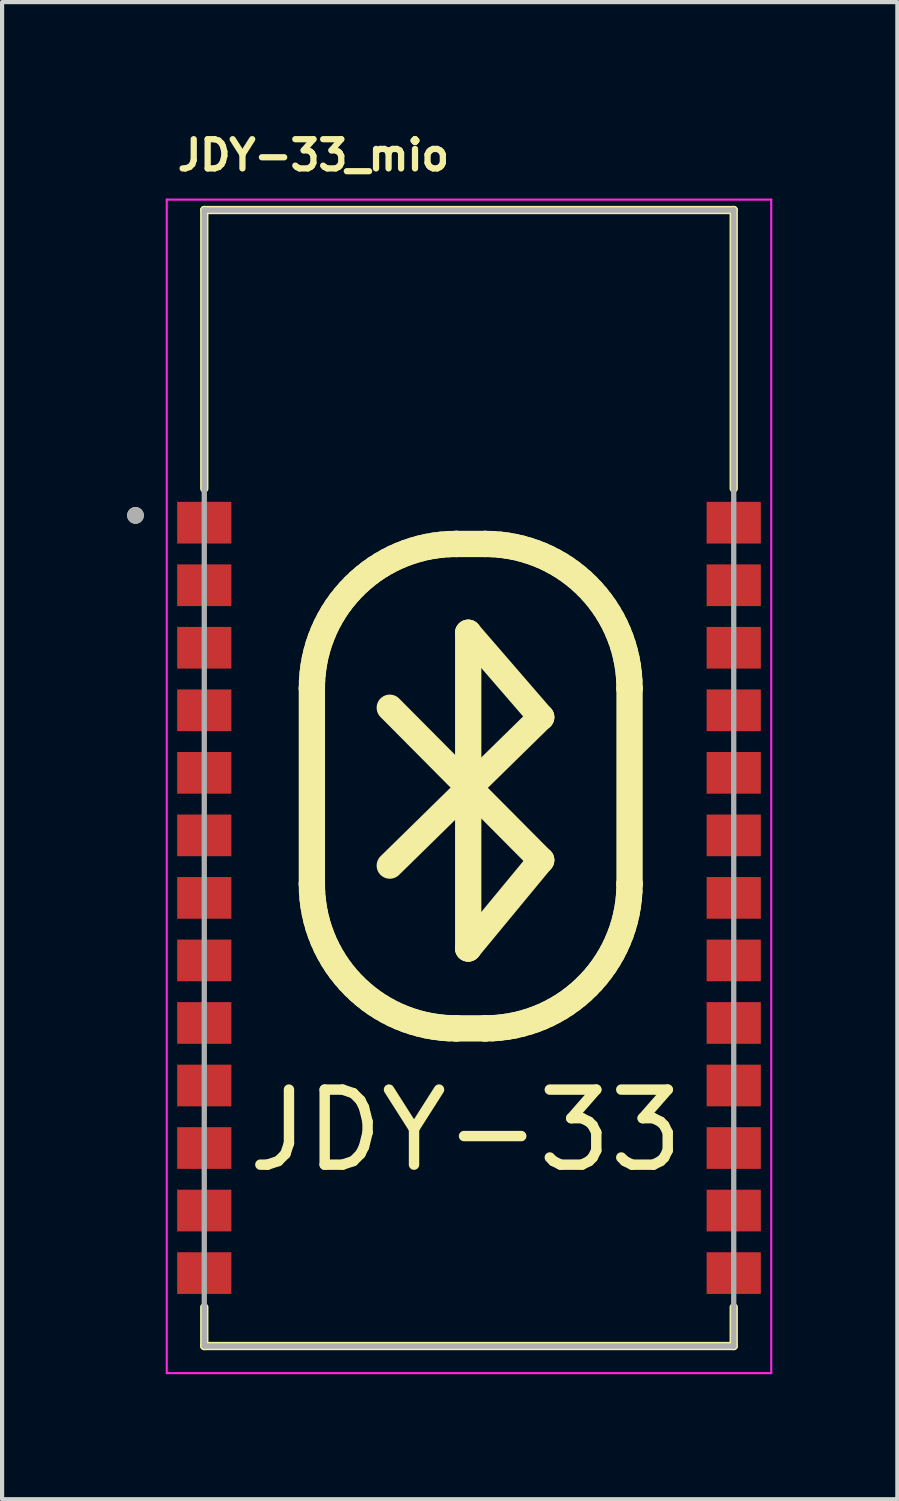
<source format=kicad_pcb>
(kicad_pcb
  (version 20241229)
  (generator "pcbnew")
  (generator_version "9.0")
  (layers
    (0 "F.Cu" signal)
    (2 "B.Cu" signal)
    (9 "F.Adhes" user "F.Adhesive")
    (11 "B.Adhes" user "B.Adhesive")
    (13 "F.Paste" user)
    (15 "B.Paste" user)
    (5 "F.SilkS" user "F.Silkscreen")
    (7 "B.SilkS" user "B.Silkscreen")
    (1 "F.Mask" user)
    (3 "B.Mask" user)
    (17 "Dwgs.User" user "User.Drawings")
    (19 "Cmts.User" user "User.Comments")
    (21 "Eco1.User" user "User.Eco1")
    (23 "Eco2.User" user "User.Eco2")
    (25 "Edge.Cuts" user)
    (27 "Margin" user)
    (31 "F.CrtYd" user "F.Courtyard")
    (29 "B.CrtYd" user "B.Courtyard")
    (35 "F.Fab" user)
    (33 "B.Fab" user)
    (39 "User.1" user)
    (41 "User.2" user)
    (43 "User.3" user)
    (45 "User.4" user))
  (footprint "JDY-33_mio"
    (layer "F.Cu")
    (at 8.2 15.813)
    (property "Reference" "JDY-33_mio" (at -3.732 -15.14 0) (layer "F.SilkS") (effects (font (size 0.701 0.701) (thickness 0.15))))
    (attr through_hole)
    (fp_rect (start -6.1 -13.6) (end 6.1 -6.9) (stroke (width 0.12) (type solid)) (fill yes) (layer "F.Mask"))
    (fp_poly (pts (xy 6.1 -13.6) (xy 6.1 -6.9) (xy -6.1 -6.9) (xy -6.1 -13.6)) (stroke (width 0.12) (type solid)) (fill yes) (layer "B.Mask"))
    (fp_line (start -6.35 -13.825) (end 6.35 -13.825) (stroke (width 0.2) (type solid)) (layer "F.SilkS"))
    (fp_line (start -6.35 -7.145) (end -6.35 -13.825) (stroke (width 0.2) (type solid)) (layer "F.SilkS"))
    (fp_line (start -6.35 12.495) (end -6.35 13.425) (stroke (width 0.2) (type solid)) (layer "F.SilkS"))
    (fp_line (start -6.35 13.425) (end 6.35 13.425) (stroke (width 0.2) (type solid)) (layer "F.SilkS"))
    (fp_line (start -3.769 -2.351) (end -3.769 -2.351) (stroke (width 0.631) (type solid)) (layer "F.SilkS"))
    (fp_line (start -3.769 -2.351) (end -3.765 -2.529) (stroke (width 0.631) (type solid)) (layer "F.SilkS"))
    (fp_line (start -3.769 2.341) (end -3.769 -2.351) (stroke (width 0.631) (type solid)) (layer "F.SilkS"))
    (fp_line (start -3.769 2.341) (end -3.769 2.341) (stroke (width 0.631) (type solid)) (layer "F.SilkS"))
    (fp_line (start -3.765 -2.529) (end -3.751 -2.705) (stroke (width 0.631) (type solid)) (layer "F.SilkS"))
    (fp_line (start -3.765 2.519) (end -3.769 2.341) (stroke (width 0.631) (type solid)) (layer "F.SilkS"))
    (fp_line (start -3.751 -2.705) (end -3.729 -2.878) (stroke (width 0.631) (type solid)) (layer "F.SilkS"))
    (fp_line (start -3.751 2.695) (end -3.765 2.519) (stroke (width 0.631) (type solid)) (layer "F.SilkS"))
    (fp_line (start -3.729 -2.878) (end -3.699 -3.049) (stroke (width 0.631) (type solid)) (layer "F.SilkS"))
    (fp_line (start -3.729 2.868) (end -3.751 2.695) (stroke (width 0.631) (type solid)) (layer "F.SilkS"))
    (fp_line (start -3.699 -3.049) (end -3.66 -3.216) (stroke (width 0.631) (type solid)) (layer "F.SilkS"))
    (fp_line (start -3.699 3.039) (end -3.729 2.868) (stroke (width 0.631) (type solid)) (layer "F.SilkS"))
    (fp_line (start -3.66 -3.216) (end -3.614 -3.381) (stroke (width 0.631) (type solid)) (layer "F.SilkS"))
    (fp_line (start -3.66 3.206) (end -3.699 3.039) (stroke (width 0.631) (type solid)) (layer "F.SilkS"))
    (fp_line (start -3.614 -3.381) (end -3.559 -3.542) (stroke (width 0.631) (type solid)) (layer "F.SilkS"))
    (fp_line (start -3.614 3.371) (end -3.66 3.206) (stroke (width 0.631) (type solid)) (layer "F.SilkS"))
    (fp_line (start -3.559 -3.542) (end -3.497 -3.699) (stroke (width 0.631) (type solid)) (layer "F.SilkS"))
    (fp_line (start -3.559 3.532) (end -3.614 3.371) (stroke (width 0.631) (type solid)) (layer "F.SilkS"))
    (fp_line (start -3.497 -3.699) (end -3.428 -3.853) (stroke (width 0.631) (type solid)) (layer "F.SilkS"))
    (fp_line (start -3.497 3.689) (end -3.559 3.532) (stroke (width 0.631) (type solid)) (layer "F.SilkS"))
    (fp_line (start -3.428 -3.853) (end -3.351 -4.002) (stroke (width 0.631) (type solid)) (layer "F.SilkS"))
    (fp_line (start -3.428 3.843) (end -3.497 3.689) (stroke (width 0.631) (type solid)) (layer "F.SilkS"))
    (fp_line (start -3.351 -4.002) (end -3.268 -4.147) (stroke (width 0.631) (type solid)) (layer "F.SilkS"))
    (fp_line (start -3.351 3.992) (end -3.428 3.843) (stroke (width 0.631) (type solid)) (layer "F.SilkS"))
    (fp_line (start -3.268 -4.147) (end -3.178 -4.288) (stroke (width 0.631) (type solid)) (layer "F.SilkS"))
    (fp_line (start -3.268 4.137) (end -3.351 3.992) (stroke (width 0.631) (type solid)) (layer "F.SilkS"))
    (fp_line (start -3.178 -4.288) (end -3.081 -4.424) (stroke (width 0.631) (type solid)) (layer "F.SilkS"))
    (fp_line (start -3.178 4.278) (end -3.268 4.137) (stroke (width 0.631) (type solid)) (layer "F.SilkS"))
    (fp_line (start -3.081 -4.424) (end -2.978 -4.554) (stroke (width 0.631) (type solid)) (layer "F.SilkS"))
    (fp_line (start -3.081 4.414) (end -3.178 4.278) (stroke (width 0.631) (type solid)) (layer "F.SilkS"))
    (fp_line (start -2.978 -4.554) (end -2.869 -4.68) (stroke (width 0.631) (type solid)) (layer "F.SilkS"))
    (fp_line (start -2.978 4.544) (end -3.081 4.414) (stroke (width 0.631) (type solid)) (layer "F.SilkS"))
    (fp_line (start -2.869 -4.68) (end -2.754 -4.8) (stroke (width 0.631) (type solid)) (layer "F.SilkS"))
    (fp_line (start -2.869 4.67) (end -2.978 4.544) (stroke (width 0.631) (type solid)) (layer "F.SilkS"))
    (fp_line (start -2.754 -4.8) (end -2.634 -4.915) (stroke (width 0.631) (type solid)) (layer "F.SilkS"))
    (fp_line (start -2.754 4.79) (end -2.869 4.67) (stroke (width 0.631) (type solid)) (layer "F.SilkS"))
    (fp_line (start -2.634 -4.915) (end -2.508 -5.024) (stroke (width 0.631) (type solid)) (layer "F.SilkS"))
    (fp_line (start -2.634 4.905) (end -2.754 4.79) (stroke (width 0.631) (type solid)) (layer "F.SilkS"))
    (fp_line (start -2.508 -5.024) (end -2.378 -5.127) (stroke (width 0.631) (type solid)) (layer "F.SilkS"))
    (fp_line (start -2.508 5.014) (end -2.634 4.905) (stroke (width 0.631) (type solid)) (layer "F.SilkS"))
    (fp_line (start -2.378 -5.127) (end -2.242 -5.224) (stroke (width 0.631) (type solid)) (layer "F.SilkS"))
    (fp_line (start -2.378 5.117) (end -2.508 5.014) (stroke (width 0.631) (type solid)) (layer "F.SilkS"))
    (fp_line (start -2.242 -5.224) (end -2.101 -5.314) (stroke (width 0.631) (type solid)) (layer "F.SilkS"))
    (fp_line (start -2.242 5.214) (end -2.378 5.117) (stroke (width 0.631) (type solid)) (layer "F.SilkS"))
    (fp_line (start -2.101 -5.314) (end -1.956 -5.397) (stroke (width 0.631) (type solid)) (layer "F.SilkS"))
    (fp_line (start -2.101 5.304) (end -2.242 5.214) (stroke (width 0.631) (type solid)) (layer "F.SilkS"))
    (fp_line (start -1.956 -5.397) (end -1.807 -5.474) (stroke (width 0.631) (type solid)) (layer "F.SilkS"))
    (fp_line (start -1.956 5.387) (end -2.101 5.304) (stroke (width 0.631) (type solid)) (layer "F.SilkS"))
    (fp_line (start -1.9 -1.886) (end 1.731 1.769) (stroke (width 0.631) (type solid)) (layer "F.SilkS"))
    (fp_line (start -1.807 -5.474) (end -1.653 -5.543) (stroke (width 0.631) (type solid)) (layer "F.SilkS"))
    (fp_line (start -1.807 5.464) (end -1.956 5.387) (stroke (width 0.631) (type solid)) (layer "F.SilkS"))
    (fp_line (start -1.653 -5.543) (end -1.496 -5.605) (stroke (width 0.631) (type solid)) (layer "F.SilkS"))
    (fp_line (start -1.653 5.533) (end -1.807 5.464) (stroke (width 0.631) (type solid)) (layer "F.SilkS"))
    (fp_line (start -1.496 -5.605) (end -1.335 -5.659) (stroke (width 0.631) (type solid)) (layer "F.SilkS"))
    (fp_line (start -1.496 5.595) (end -1.653 5.533) (stroke (width 0.631) (type solid)) (layer "F.SilkS"))
    (fp_line (start -1.335 -5.659) (end -1.17 -5.706) (stroke (width 0.631) (type solid)) (layer "F.SilkS"))
    (fp_line (start -1.335 5.649) (end -1.496 5.595) (stroke (width 0.631) (type solid)) (layer "F.SilkS"))
    (fp_line (start -1.17 -5.706) (end -1.003 -5.745) (stroke (width 0.631) (type solid)) (layer "F.SilkS"))
    (fp_line (start -1.17 5.696) (end -1.335 5.649) (stroke (width 0.631) (type solid)) (layer "F.SilkS"))
    (fp_line (start -1.003 -5.745) (end -0.832 -5.775) (stroke (width 0.631) (type solid)) (layer "F.SilkS"))
    (fp_line (start -1.003 5.735) (end -1.17 5.696) (stroke (width 0.631) (type solid)) (layer "F.SilkS"))
    (fp_line (start -0.832 -5.775) (end -0.659 -5.797) (stroke (width 0.631) (type solid)) (layer "F.SilkS"))
    (fp_line (start -0.832 5.765) (end -1.003 5.735) (stroke (width 0.631) (type solid)) (layer "F.SilkS"))
    (fp_line (start -0.659 -5.797) (end -0.483 -5.811) (stroke (width 0.631) (type solid)) (layer "F.SilkS"))
    (fp_line (start -0.659 5.787) (end -0.832 5.765) (stroke (width 0.631) (type solid)) (layer "F.SilkS"))
    (fp_line (start -0.483 -5.811) (end -0.305 -5.815) (stroke (width 0.631) (type solid)) (layer "F.SilkS"))
    (fp_line (start -0.483 5.801) (end -0.659 5.787) (stroke (width 0.631) (type solid)) (layer "F.SilkS"))
    (fp_line (start -0.305 -5.815) (end -0.305 -5.815) (stroke (width 0.631) (type solid)) (layer "F.SilkS"))
    (fp_line (start -0.305 -5.815) (end -0.305 -5.815) (stroke (width 0.631) (type solid)) (layer "F.SilkS"))
    (fp_line (start -0.305 -5.815) (end 0.386 -5.815) (stroke (width 0.631) (type solid)) (layer "F.SilkS"))
    (fp_line (start -0.305 5.805) (end -0.483 5.801) (stroke (width 0.631) (type solid)) (layer "F.SilkS"))
    (fp_line (start -0.305 5.805) (end -0.305 5.805) (stroke (width 0.631) (type solid)) (layer "F.SilkS"))
    (fp_line (start -0.019 -3.684) (end -0.019 -3.684) (stroke (width 0.631) (type solid)) (layer "F.SilkS"))
    (fp_line (start -0.019 -3.684) (end 1.731 -1.66) (stroke (width 0.631) (type solid)) (layer "F.SilkS"))
    (fp_line (start -0.019 3.888) (end -0.019 -3.684) (stroke (width 0.631) (type solid)) (layer "F.SilkS"))
    (fp_line (start -0.019 3.888) (end -0.019 3.888) (stroke (width 0.631) (type solid)) (layer "F.SilkS"))
    (fp_line (start 0.386 -5.815) (end 0.386 -5.815) (stroke (width 0.631) (type solid)) (layer "F.SilkS"))
    (fp_line (start 0.386 -5.815) (end 0.564 -5.811) (stroke (width 0.631) (type solid)) (layer "F.SilkS"))
    (fp_line (start 0.386 5.805) (end -0.305 5.805) (stroke (width 0.631) (type solid)) (layer "F.SilkS"))
    (fp_line (start 0.386 5.805) (end 0.386 5.805) (stroke (width 0.631) (type solid)) (layer "F.SilkS"))
    (fp_line (start 0.564 -5.811) (end 0.74 -5.797) (stroke (width 0.631) (type solid)) (layer "F.SilkS"))
    (fp_line (start 0.564 5.801) (end 0.386 5.805) (stroke (width 0.631) (type solid)) (layer "F.SilkS"))
    (fp_line (start 0.74 -5.797) (end 0.914 -5.775) (stroke (width 0.631) (type solid)) (layer "F.SilkS"))
    (fp_line (start 0.74 5.787) (end 0.564 5.801) (stroke (width 0.631) (type solid)) (layer "F.SilkS"))
    (fp_line (start 0.914 -5.775) (end 1.084 -5.745) (stroke (width 0.631) (type solid)) (layer "F.SilkS"))
    (fp_line (start 0.914 5.765) (end 0.74 5.787) (stroke (width 0.631) (type solid)) (layer "F.SilkS"))
    (fp_line (start 1.084 -5.745) (end 1.252 -5.706) (stroke (width 0.631) (type solid)) (layer "F.SilkS"))
    (fp_line (start 1.084 5.735) (end 0.914 5.765) (stroke (width 0.631) (type solid)) (layer "F.SilkS"))
    (fp_line (start 1.252 -5.706) (end 1.416 -5.659) (stroke (width 0.631) (type solid)) (layer "F.SilkS"))
    (fp_line (start 1.252 5.696) (end 1.084 5.735) (stroke (width 0.631) (type solid)) (layer "F.SilkS"))
    (fp_line (start 1.416 -5.659) (end 1.577 -5.605) (stroke (width 0.631) (type solid)) (layer "F.SilkS"))
    (fp_line (start 1.416 5.649) (end 1.252 5.696) (stroke (width 0.631) (type solid)) (layer "F.SilkS"))
    (fp_line (start 1.577 -5.605) (end 1.735 -5.543) (stroke (width 0.631) (type solid)) (layer "F.SilkS"))
    (fp_line (start 1.577 5.595) (end 1.416 5.649) (stroke (width 0.631) (type solid)) (layer "F.SilkS"))
    (fp_line (start 1.731 -1.66) (end -1.9 1.9) (stroke (width 0.631) (type solid)) (layer "F.SilkS"))
    (fp_line (start 1.731 -1.66) (end 1.731 -1.66) (stroke (width 0.631) (type solid)) (layer "F.SilkS"))
    (fp_line (start 1.731 1.769) (end -0.019 3.888) (stroke (width 0.631) (type solid)) (layer "F.SilkS"))
    (fp_line (start 1.731 1.769) (end 1.731 1.769) (stroke (width 0.631) (type solid)) (layer "F.SilkS"))
    (fp_line (start 1.735 -5.543) (end 1.888 -5.474) (stroke (width 0.631) (type solid)) (layer "F.SilkS"))
    (fp_line (start 1.735 5.533) (end 1.577 5.595) (stroke (width 0.631) (type solid)) (layer "F.SilkS"))
    (fp_line (start 1.888 -5.474) (end 2.037 -5.397) (stroke (width 0.631) (type solid)) (layer "F.SilkS"))
    (fp_line (start 1.888 5.464) (end 1.735 5.533) (stroke (width 0.631) (type solid)) (layer "F.SilkS"))
    (fp_line (start 2.037 -5.397) (end 2.183 -5.314) (stroke (width 0.631) (type solid)) (layer "F.SilkS"))
    (fp_line (start 2.037 5.387) (end 1.888 5.464) (stroke (width 0.631) (type solid)) (layer "F.SilkS"))
    (fp_line (start 2.183 -5.314) (end 2.323 -5.224) (stroke (width 0.631) (type solid)) (layer "F.SilkS"))
    (fp_line (start 2.183 5.304) (end 2.037 5.387) (stroke (width 0.631) (type solid)) (layer "F.SilkS"))
    (fp_line (start 2.323 -5.224) (end 2.459 -5.127) (stroke (width 0.631) (type solid)) (layer "F.SilkS"))
    (fp_line (start 2.323 5.214) (end 2.183 5.304) (stroke (width 0.631) (type solid)) (layer "F.SilkS"))
    (fp_line (start 2.459 -5.127) (end 2.59 -5.024) (stroke (width 0.631) (type solid)) (layer "F.SilkS"))
    (fp_line (start 2.459 5.117) (end 2.323 5.214) (stroke (width 0.631) (type solid)) (layer "F.SilkS"))
    (fp_line (start 2.59 -5.024) (end 2.716 -4.915) (stroke (width 0.631) (type solid)) (layer "F.SilkS"))
    (fp_line (start 2.59 5.014) (end 2.459 5.117) (stroke (width 0.631) (type solid)) (layer "F.SilkS"))
    (fp_line (start 2.716 -4.915) (end 2.836 -4.8) (stroke (width 0.631) (type solid)) (layer "F.SilkS"))
    (fp_line (start 2.716 4.905) (end 2.59 5.014) (stroke (width 0.631) (type solid)) (layer "F.SilkS"))
    (fp_line (start 2.836 -4.8) (end 2.951 -4.68) (stroke (width 0.631) (type solid)) (layer "F.SilkS"))
    (fp_line (start 2.836 4.79) (end 2.716 4.905) (stroke (width 0.631) (type solid)) (layer "F.SilkS"))
    (fp_line (start 2.951 -4.68) (end 3.06 -4.554) (stroke (width 0.631) (type solid)) (layer "F.SilkS"))
    (fp_line (start 2.951 4.67) (end 2.836 4.79) (stroke (width 0.631) (type solid)) (layer "F.SilkS"))
    (fp_line (start 3.06 -4.554) (end 3.162 -4.424) (stroke (width 0.631) (type solid)) (layer "F.SilkS"))
    (fp_line (start 3.06 4.544) (end 2.951 4.67) (stroke (width 0.631) (type solid)) (layer "F.SilkS"))
    (fp_line (start 3.162 -4.424) (end 3.259 -4.288) (stroke (width 0.631) (type solid)) (layer "F.SilkS"))
    (fp_line (start 3.162 4.414) (end 3.06 4.544) (stroke (width 0.631) (type solid)) (layer "F.SilkS"))
    (fp_line (start 3.259 -4.288) (end 3.349 -4.147) (stroke (width 0.631) (type solid)) (layer "F.SilkS"))
    (fp_line (start 3.259 4.278) (end 3.162 4.414) (stroke (width 0.631) (type solid)) (layer "F.SilkS"))
    (fp_line (start 3.349 -4.147) (end 3.433 -4.002) (stroke (width 0.631) (type solid)) (layer "F.SilkS"))
    (fp_line (start 3.349 4.137) (end 3.259 4.278) (stroke (width 0.631) (type solid)) (layer "F.SilkS"))
    (fp_line (start 3.433 -4.002) (end 3.509 -3.853) (stroke (width 0.631) (type solid)) (layer "F.SilkS"))
    (fp_line (start 3.433 3.992) (end 3.349 4.137) (stroke (width 0.631) (type solid)) (layer "F.SilkS"))
    (fp_line (start 3.509 -3.853) (end 3.578 -3.699) (stroke (width 0.631) (type solid)) (layer "F.SilkS"))
    (fp_line (start 3.509 3.843) (end 3.433 3.992) (stroke (width 0.631) (type solid)) (layer "F.SilkS"))
    (fp_line (start 3.578 -3.699) (end 3.64 -3.542) (stroke (width 0.631) (type solid)) (layer "F.SilkS"))
    (fp_line (start 3.578 3.689) (end 3.509 3.843) (stroke (width 0.631) (type solid)) (layer "F.SilkS"))
    (fp_line (start 3.64 -3.542) (end 3.695 -3.381) (stroke (width 0.631) (type solid)) (layer "F.SilkS"))
    (fp_line (start 3.64 3.532) (end 3.578 3.689) (stroke (width 0.631) (type solid)) (layer "F.SilkS"))
    (fp_line (start 3.695 -3.381) (end 3.742 -3.216) (stroke (width 0.631) (type solid)) (layer "F.SilkS"))
    (fp_line (start 3.695 3.371) (end 3.64 3.532) (stroke (width 0.631) (type solid)) (layer "F.SilkS"))
    (fp_line (start 3.742 -3.216) (end 3.78 -3.049) (stroke (width 0.631) (type solid)) (layer "F.SilkS"))
    (fp_line (start 3.742 3.206) (end 3.695 3.371) (stroke (width 0.631) (type solid)) (layer "F.SilkS"))
    (fp_line (start 3.78 -3.049) (end 3.811 -2.878) (stroke (width 0.631) (type solid)) (layer "F.SilkS"))
    (fp_line (start 3.78 3.039) (end 3.742 3.206) (stroke (width 0.631) (type solid)) (layer "F.SilkS"))
    (fp_line (start 3.811 -2.878) (end 3.833 -2.705) (stroke (width 0.631) (type solid)) (layer "F.SilkS"))
    (fp_line (start 3.811 2.868) (end 3.78 3.039) (stroke (width 0.631) (type solid)) (layer "F.SilkS"))
    (fp_line (start 3.833 -2.705) (end 3.846 -2.529) (stroke (width 0.631) (type solid)) (layer "F.SilkS"))
    (fp_line (start 3.833 2.695) (end 3.811 2.868) (stroke (width 0.631) (type solid)) (layer "F.SilkS"))
    (fp_line (start 3.846 -2.529) (end 3.851 -2.351) (stroke (width 0.631) (type solid)) (layer "F.SilkS"))
    (fp_line (start 3.846 2.519) (end 3.833 2.695) (stroke (width 0.631) (type solid)) (layer "F.SilkS"))
    (fp_line (start 3.851 -2.351) (end 3.851 -2.351) (stroke (width 0.631) (type solid)) (layer "F.SilkS"))
    (fp_line (start 3.851 -2.351) (end 3.851 2.341) (stroke (width 0.631) (type solid)) (layer "F.SilkS"))
    (fp_line (start 3.851 2.341) (end 3.846 2.519) (stroke (width 0.631) (type solid)) (layer "F.SilkS"))
    (fp_line (start 3.851 2.341) (end 3.851 2.341) (stroke (width 0.631) (type solid)) (layer "F.SilkS"))
    (fp_line (start 6.35 -13.825) (end 6.35 -7.145) (stroke (width 0.2) (type solid)) (layer "F.SilkS"))
    (fp_line (start 6.35 13.425) (end 6.35 12.495) (stroke (width 0.2) (type solid)) (layer "F.SilkS"))
    (fp_circle (center -8 -6.5) (end -7.9 -6.5) (stroke (width 0.2) (type solid)) (fill no) (layer "F.SilkS"))
    (fp_line (start -7.25 -14.075) (end 7.25 -14.075) (stroke (width 0.05) (type solid)) (layer "F.CrtYd"))
    (fp_line (start -7.25 14.075) (end -7.25 -14.075) (stroke (width 0.05) (type solid)) (layer "F.CrtYd"))
    (fp_line (start 7.25 -14.075) (end 7.25 14.075) (stroke (width 0.05) (type solid)) (layer "F.CrtYd"))
    (fp_line (start 7.25 14.075) (end -7.25 14.075) (stroke (width 0.05) (type solid)) (layer "F.CrtYd"))
    (fp_line (start -6.35 -13.825) (end 6.35 -13.825) (stroke (width 0.127) (type solid)) (layer "F.Fab"))
    (fp_line (start -6.35 13.425) (end -6.35 -13.825) (stroke (width 0.127) (type solid)) (layer "F.Fab"))
    (fp_line (start 6.35 -13.825) (end 6.35 13.425) (stroke (width 0.127) (type solid)) (layer "F.Fab"))
    (fp_line (start 6.35 13.425) (end -6.35 13.425) (stroke (width 0.127) (type solid)) (layer "F.Fab"))
    (fp_circle (center -8 -6.5) (end -7.9 -6.5) (stroke (width 0.2) (type solid)) (fill no) (layer "F.Fab"))
    (fp_text user "JDY-33" (at -5.426 9.307 0) (unlocked yes) (layer "F.SilkS") (effects (font (size 1.8 1.8) (thickness 0.25)) (justify left bottom)))
    (pad "1" smd rect (at -6.35 -6.325) (size 1.3 1) (layers "F.Cu" "F.Mask" "F.Paste"))
    (pad "2" smd rect (at -6.35 -4.825) (size 1.3 1) (layers "F.Cu" "F.Mask" "F.Paste"))
    (pad "3" smd rect (at -6.35 -3.325) (size 1.3 1) (layers "F.Cu" "F.Mask" "F.Paste"))
    (pad "4" smd rect (at -6.35 -1.825) (size 1.3 1) (layers "F.Cu" "F.Mask" "F.Paste"))
    (pad "5" smd rect (at -6.35 -0.325) (size 1.3 1) (layers "F.Cu" "F.Mask" "F.Paste"))
    (pad "6" smd rect (at -6.35 1.175) (size 1.3 1) (layers "F.Cu" "F.Mask" "F.Paste"))
    (pad "7" smd rect (at -6.35 2.675) (size 1.3 1) (layers "F.Cu" "F.Mask" "F.Paste"))
    (pad "8" smd rect (at -6.35 4.175) (size 1.3 1) (layers "F.Cu" "F.Mask" "F.Paste"))
    (pad "9" smd rect (at -6.35 5.675) (size 1.3 1) (layers "F.Cu" "F.Mask" "F.Paste"))
    (pad "10" smd rect (at -6.35 7.175) (size 1.3 1) (layers "F.Cu" "F.Mask" "F.Paste"))
    (pad "11" smd rect (at -6.35 8.675) (size 1.3 1) (layers "F.Cu" "F.Mask" "F.Paste"))
    (pad "12" smd rect (at -6.35 10.175) (size 1.3 1) (layers "F.Cu" "F.Mask" "F.Paste"))
    (pad "13" smd rect (at -6.35 11.675) (size 1.3 1) (layers "F.Cu" "F.Mask" "F.Paste"))
    (pad "14" smd rect (at 6.35 11.675 180) (size 1.3 1) (layers "F.Cu" "F.Mask" "F.Paste"))
    (pad "15" smd rect (at 6.35 10.175 180) (size 1.3 1) (layers "F.Cu" "F.Mask" "F.Paste"))
    (pad "16" smd rect (at 6.35 8.675 180) (size 1.3 1) (layers "F.Cu" "F.Mask" "F.Paste"))
    (pad "17" smd rect (at 6.35 7.175 180) (size 1.3 1) (layers "F.Cu" "F.Mask" "F.Paste"))
    (pad "18" smd rect (at 6.35 5.675 180) (size 1.3 1) (layers "F.Cu" "F.Mask" "F.Paste"))
    (pad "19" smd rect (at 6.35 4.175 180) (size 1.3 1) (layers "F.Cu" "F.Mask" "F.Paste"))
    (pad "20" smd rect (at 6.35 2.675 180) (size 1.3 1) (layers "F.Cu" "F.Mask" "F.Paste"))
    (pad "21" smd rect (at 6.35 1.175 180) (size 1.3 1) (layers "F.Cu" "F.Mask" "F.Paste"))
    (pad "22" smd rect (at 6.35 -0.325 180) (size 1.3 1) (layers "F.Cu" "F.Mask" "F.Paste"))
    (pad "23" smd rect (at 6.35 -1.825 180) (size 1.3 1) (layers "F.Cu" "F.Mask" "F.Paste"))
    (pad "24" smd rect (at 6.35 -3.325 180) (size 1.3 1) (layers "F.Cu" "F.Mask" "F.Paste"))
    (pad "25" smd rect (at 6.35 -4.825 180) (size 1.3 1) (layers "F.Cu" "F.Mask" "F.Paste"))
    (pad "26" smd rect (at 6.35 -6.325 180) (size 1.3 1) (layers "F.Cu" "F.Mask" "F.Paste"))
    (zone (net_name "") (layers "F.Cu" "B.Cu") (name "Bluetooth keepout bottom") (hatch edge 0.508) (connect_pads) (min_thickness 0.254) (filled_areas_thickness no) (keepout (tracks not_allowed) (vias not_allowed) (pads not_allowed) (copperpour not_allowed) (footprints allowed)) (placement (enabled no)) (fill) (polygon (pts (xy 14.7 1.913) (xy 14.7 8.913) (xy 1.707 8.917) (xy 1.7 1.913)))))
  (gr_rect
    (start -3 -3)
    (end 18.475 32.913)
    (stroke (width 0.1) (type default))
    (fill no)
    (layer "Edge.Cuts")))
</source>
